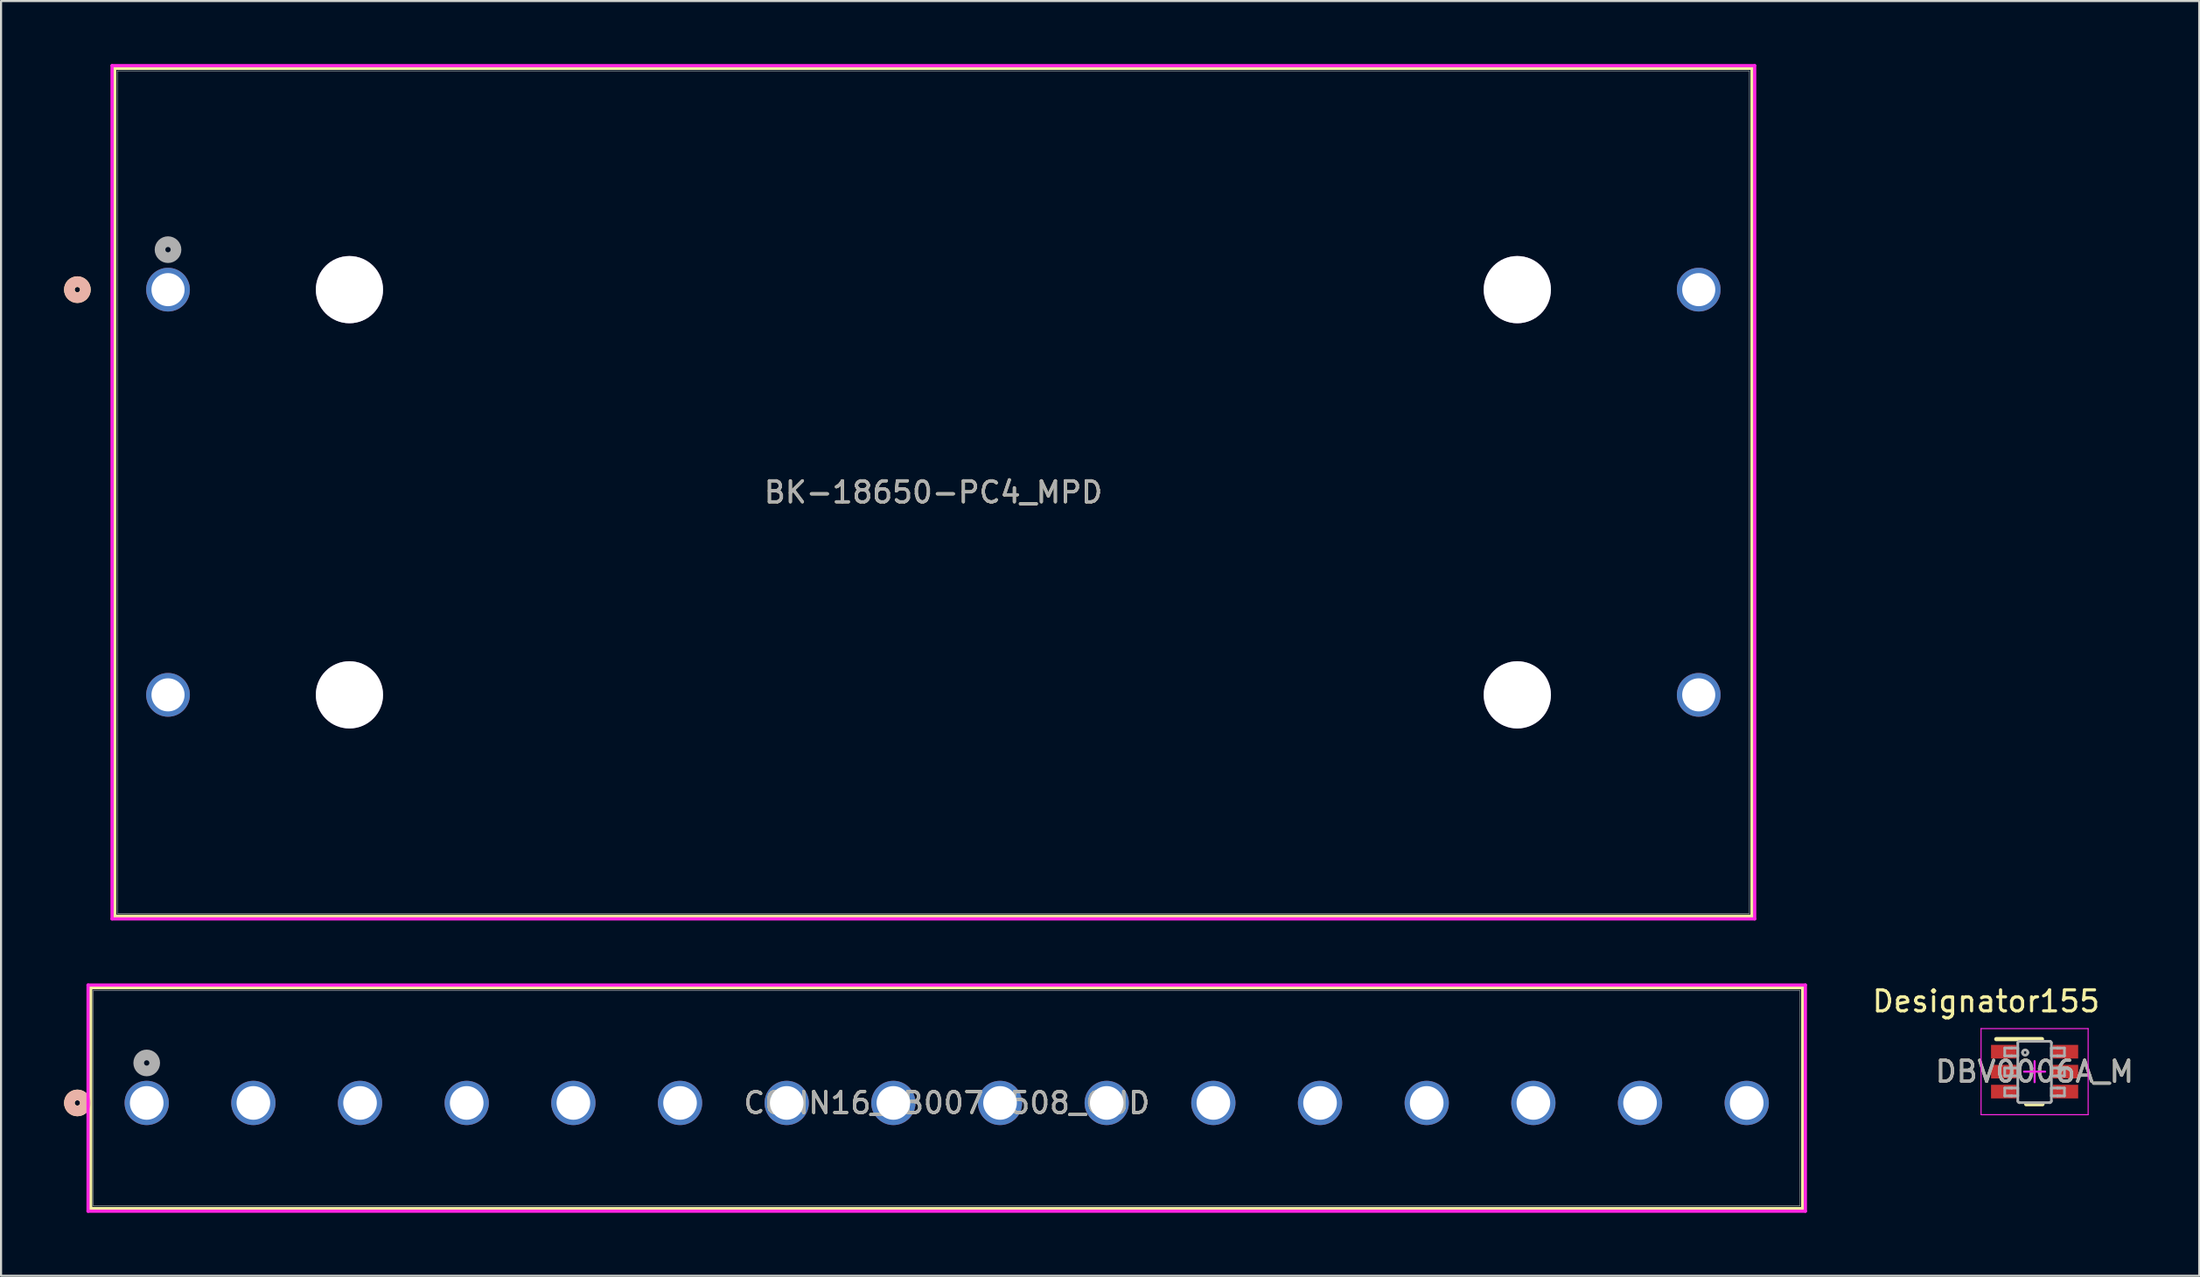
<source format=kicad_pcb>
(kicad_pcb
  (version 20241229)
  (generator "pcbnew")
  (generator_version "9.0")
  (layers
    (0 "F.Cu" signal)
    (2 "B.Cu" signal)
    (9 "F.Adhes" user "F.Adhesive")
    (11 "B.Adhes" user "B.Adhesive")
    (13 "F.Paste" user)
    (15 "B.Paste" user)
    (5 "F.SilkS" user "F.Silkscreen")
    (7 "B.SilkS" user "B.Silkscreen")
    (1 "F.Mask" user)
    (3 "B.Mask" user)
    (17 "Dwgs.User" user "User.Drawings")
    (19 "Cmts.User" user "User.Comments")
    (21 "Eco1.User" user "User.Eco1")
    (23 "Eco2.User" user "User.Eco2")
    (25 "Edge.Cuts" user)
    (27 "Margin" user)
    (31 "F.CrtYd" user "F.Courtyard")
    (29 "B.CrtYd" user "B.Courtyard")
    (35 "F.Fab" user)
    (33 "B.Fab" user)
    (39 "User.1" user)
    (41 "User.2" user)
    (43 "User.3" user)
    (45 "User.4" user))
  (footprint "DBV0006A_M"
    (layer "F.Cu")
    (at 93.848 47.993)
    (property "Reference" "DBV0006A_M" (at 0 0 0) (unlocked yes) (layer "F.SilkS") (effects (font (size 1 1) (thickness 0.15))))
    (attr smd)
    (fp_line (start -1.825 -1.55) (end 0.35 -1.55) (stroke (width 0.2) (type solid)) (layer "F.SilkS"))
    (fp_line (start -0.4 1.55) (end 0.375 1.55) (stroke (width 0.2) (type solid)) (layer "F.SilkS"))
    (fp_line (start -2.55 -2.05) (end 2.55 -2.05) (stroke (width 0.05) (type solid)) (layer "F.CrtYd"))
    (fp_line (start -2.55 2.05) (end -2.55 -2.05) (stroke (width 0.05) (type solid)) (layer "F.CrtYd"))
    (fp_line (start -2.55 2.05) (end 2.55 2.05) (stroke (width 0.05) (type solid)) (layer "F.CrtYd"))
    (fp_line (start -0.5 0) (end 0.5 0) (stroke (width 0.1) (type solid)) (layer "F.CrtYd"))
    (fp_line (start 0 0.5) (end 0 -0.5) (stroke (width 0.1) (type solid)) (layer "F.CrtYd"))
    (fp_line (start 2.55 2.05) (end 2.55 -2.05) (stroke (width 0.05) (type solid)) (layer "F.CrtYd"))
    (fp_line (start -1.423 -1.125) (end -1.206 -1.125) (stroke (width 0.127) (type solid)) (layer "F.Fab"))
    (fp_line (start -1.423 -0.751) (end -1.423 -1.125) (stroke (width 0.127) (type solid)) (layer "F.Fab"))
    (fp_line (start -1.423 -0.751) (end -1.206 -0.751) (stroke (width 0.127) (type solid)) (layer "F.Fab"))
    (fp_line (start -1.423 -0.173) (end -1.206 -0.173) (stroke (width 0.127) (type solid)) (layer "F.Fab"))
    (fp_line (start -1.423 0.202) (end -1.423 -0.173) (stroke (width 0.127) (type solid)) (layer "F.Fab"))
    (fp_line (start -1.423 0.202) (end -1.206 0.202) (stroke (width 0.127) (type solid)) (layer "F.Fab"))
    (fp_line (start -1.423 0.78) (end -1.206 0.78) (stroke (width 0.127) (type solid)) (layer "F.Fab"))
    (fp_line (start -1.423 1.154) (end -1.423 0.78) (stroke (width 0.127) (type solid)) (layer "F.Fab"))
    (fp_line (start -1.423 1.154) (end -1.206 1.154) (stroke (width 0.127) (type solid)) (layer "F.Fab"))
    (fp_line (start -1.206 -1.125) (end -1.113 -1.125) (stroke (width 0.127) (type solid)) (layer "F.Fab"))
    (fp_line (start -1.206 -0.751) (end -1.113 -0.751) (stroke (width 0.127) (type solid)) (layer "F.Fab"))
    (fp_line (start -1.206 -0.173) (end -1.113 -0.173) (stroke (width 0.127) (type solid)) (layer "F.Fab"))
    (fp_line (start -1.206 0.202) (end -1.113 0.202) (stroke (width 0.127) (type solid)) (layer "F.Fab"))
    (fp_line (start -1.206 0.78) (end -1.113 0.78) (stroke (width 0.127) (type solid)) (layer "F.Fab"))
    (fp_line (start -1.206 1.154) (end -1.113 1.154) (stroke (width 0.127) (type solid)) (layer "F.Fab"))
    (fp_line (start -1.113 -1.125) (end -1.081 -1.125) (stroke (width 0.127) (type solid)) (layer "F.Fab"))
    (fp_line (start -1.113 -0.751) (end -1.081 -0.751) (stroke (width 0.127) (type solid)) (layer "F.Fab"))
    (fp_line (start -1.113 -0.173) (end -1.081 -0.173) (stroke (width 0.127) (type solid)) (layer "F.Fab"))
    (fp_line (start -1.113 0.202) (end -1.081 0.202) (stroke (width 0.127) (type solid)) (layer "F.Fab"))
    (fp_line (start -1.113 0.78) (end -1.081 0.78) (stroke (width 0.127) (type solid)) (layer "F.Fab"))
    (fp_line (start -1.113 1.154) (end -1.081 1.154) (stroke (width 0.127) (type solid)) (layer "F.Fab"))
    (fp_line (start -1.081 -1.125) (end -0.828 -1.125) (stroke (width 0.127) (type solid)) (layer "F.Fab"))
    (fp_line (start -1.081 -0.751) (end -0.828 -0.751) (stroke (width 0.127) (type solid)) (layer "F.Fab"))
    (fp_line (start -1.081 -0.173) (end -0.828 -0.173) (stroke (width 0.127) (type solid)) (layer "F.Fab"))
    (fp_line (start -1.081 0.202) (end -0.828 0.202) (stroke (width 0.127) (type solid)) (layer "F.Fab"))
    (fp_line (start -1.081 0.78) (end -0.828 0.78) (stroke (width 0.127) (type solid)) (layer "F.Fab"))
    (fp_line (start -1.081 1.154) (end -0.828 1.154) (stroke (width 0.127) (type solid)) (layer "F.Fab"))
    (fp_line (start -0.828 -1.125) (end -0.801 -1.125) (stroke (width 0.127) (type solid)) (layer "F.Fab"))
    (fp_line (start -0.828 -0.751) (end -0.801 -0.751) (stroke (width 0.127) (type solid)) (layer "F.Fab"))
    (fp_line (start -0.828 -0.173) (end -0.801 -0.173) (stroke (width 0.127) (type solid)) (layer "F.Fab"))
    (fp_line (start -0.828 0.202) (end -0.801 0.202) (stroke (width 0.127) (type solid)) (layer "F.Fab"))
    (fp_line (start -0.828 0.78) (end -0.801 0.78) (stroke (width 0.127) (type solid)) (layer "F.Fab"))
    (fp_line (start -0.828 1.154) (end -0.801 1.154) (stroke (width 0.127) (type solid)) (layer "F.Fab"))
    (fp_line (start -0.801 -0.751) (end -0.801 -1.125) (stroke (width 0.127) (type solid)) (layer "F.Fab"))
    (fp_line (start -0.801 0.202) (end -0.801 -0.173) (stroke (width 0.127) (type solid)) (layer "F.Fab"))
    (fp_line (start -0.801 1.154) (end -0.801 0.78) (stroke (width 0.127) (type solid)) (layer "F.Fab"))
    (fp_line (start -0.801 1.399) (end -0.801 -1.37) (stroke (width 0.127) (type solid)) (layer "F.Fab"))
    (fp_line (start -0.725 -1.446) (end -0.724 -1.446) (stroke (width 0.127) (type solid)) (layer "F.Fab"))
    (fp_line (start -0.725 1.475) (end -0.724 1.475) (stroke (width 0.127) (type solid)) (layer "F.Fab"))
    (fp_line (start -0.724 -1.446) (end 0.723 -1.446) (stroke (width 0.127) (type solid)) (layer "F.Fab"))
    (fp_line (start -0.724 1.475) (end 0.723 1.475) (stroke (width 0.127) (type solid)) (layer "F.Fab"))
    (fp_line (start 0.723 -1.446) (end 0.724 -1.446) (stroke (width 0.127) (type solid)) (layer "F.Fab"))
    (fp_line (start 0.723 1.475) (end 0.724 1.475) (stroke (width 0.127) (type solid)) (layer "F.Fab"))
    (fp_line (start 0.8 -1.125) (end 0.827 -1.125) (stroke (width 0.127) (type solid)) (layer "F.Fab"))
    (fp_line (start 0.8 -0.751) (end 0.8 -1.125) (stroke (width 0.127) (type solid)) (layer "F.Fab"))
    (fp_line (start 0.8 -0.751) (end 0.827 -0.751) (stroke (width 0.127) (type solid)) (layer "F.Fab"))
    (fp_line (start 0.8 -0.173) (end 0.827 -0.173) (stroke (width 0.127) (type solid)) (layer "F.Fab"))
    (fp_line (start 0.8 0.202) (end 0.8 -0.173) (stroke (width 0.127) (type solid)) (layer "F.Fab"))
    (fp_line (start 0.8 0.202) (end 0.827 0.202) (stroke (width 0.127) (type solid)) (layer "F.Fab"))
    (fp_line (start 0.8 0.78) (end 0.827 0.78) (stroke (width 0.127) (type solid)) (layer "F.Fab"))
    (fp_line (start 0.8 1.154) (end 0.8 0.78) (stroke (width 0.127) (type solid)) (layer "F.Fab"))
    (fp_line (start 0.8 1.154) (end 0.827 1.154) (stroke (width 0.127) (type solid)) (layer "F.Fab"))
    (fp_line (start 0.8 1.399) (end 0.8 -1.37) (stroke (width 0.127) (type solid)) (layer "F.Fab"))
    (fp_line (start 0.827 -1.125) (end 1.08 -1.125) (stroke (width 0.127) (type solid)) (layer "F.Fab"))
    (fp_line (start 0.827 -0.751) (end 1.08 -0.751) (stroke (width 0.127) (type solid)) (layer "F.Fab"))
    (fp_line (start 0.827 -0.173) (end 1.08 -0.173) (stroke (width 0.127) (type solid)) (layer "F.Fab"))
    (fp_line (start 0.827 0.202) (end 1.08 0.202) (stroke (width 0.127) (type solid)) (layer "F.Fab"))
    (fp_line (start 0.827 0.78) (end 1.08 0.78) (stroke (width 0.127) (type solid)) (layer "F.Fab"))
    (fp_line (start 0.827 1.154) (end 1.08 1.154) (stroke (width 0.127) (type solid)) (layer "F.Fab"))
    (fp_line (start 1.08 -1.125) (end 1.112 -1.125) (stroke (width 0.127) (type solid)) (layer "F.Fab"))
    (fp_line (start 1.08 -0.751) (end 1.112 -0.751) (stroke (width 0.127) (type solid)) (layer "F.Fab"))
    (fp_line (start 1.08 -0.173) (end 1.112 -0.173) (stroke (width 0.127) (type solid)) (layer "F.Fab"))
    (fp_line (start 1.08 0.202) (end 1.112 0.202) (stroke (width 0.127) (type solid)) (layer "F.Fab"))
    (fp_line (start 1.08 0.78) (end 1.112 0.78) (stroke (width 0.127) (type solid)) (layer "F.Fab"))
    (fp_line (start 1.08 1.154) (end 1.112 1.154) (stroke (width 0.127) (type solid)) (layer "F.Fab"))
    (fp_line (start 1.112 -1.125) (end 1.205 -1.125) (stroke (width 0.127) (type solid)) (layer "F.Fab"))
    (fp_line (start 1.112 -0.751) (end 1.205 -0.751) (stroke (width 0.127) (type solid)) (layer "F.Fab"))
    (fp_line (start 1.112 -0.173) (end 1.205 -0.173) (stroke (width 0.127) (type solid)) (layer "F.Fab"))
    (fp_line (start 1.112 0.202) (end 1.205 0.202) (stroke (width 0.127) (type solid)) (layer "F.Fab"))
    (fp_line (start 1.112 0.78) (end 1.205 0.78) (stroke (width 0.127) (type solid)) (layer "F.Fab"))
    (fp_line (start 1.112 1.154) (end 1.205 1.154) (stroke (width 0.127) (type solid)) (layer "F.Fab"))
    (fp_line (start 1.205 -1.125) (end 1.422 -1.125) (stroke (width 0.127) (type solid)) (layer "F.Fab"))
    (fp_line (start 1.205 -0.751) (end 1.422 -0.751) (stroke (width 0.127) (type solid)) (layer "F.Fab"))
    (fp_line (start 1.205 -0.173) (end 1.422 -0.173) (stroke (width 0.127) (type solid)) (layer "F.Fab"))
    (fp_line (start 1.205 0.202) (end 1.422 0.202) (stroke (width 0.127) (type solid)) (layer "F.Fab"))
    (fp_line (start 1.205 0.78) (end 1.422 0.78) (stroke (width 0.127) (type solid)) (layer "F.Fab"))
    (fp_line (start 1.205 1.154) (end 1.422 1.154) (stroke (width 0.127) (type solid)) (layer "F.Fab"))
    (fp_line (start 1.422 -0.751) (end 1.422 -1.125) (stroke (width 0.127) (type solid)) (layer "F.Fab"))
    (fp_line (start 1.422 0.202) (end 1.422 -0.173) (stroke (width 0.127) (type solid)) (layer "F.Fab"))
    (fp_line (start 1.422 1.154) (end 1.422 0.78) (stroke (width 0.127) (type solid)) (layer "F.Fab"))
    (fp_arc (start -0.800692 -1.369901) (mid -0.778512 -1.423533) (end -0.724999 -1.446) (stroke (width 0.127) (type solid)) (layer "F.Fab"))
    (fp_arc (start -0.724999 1.475002) (mid -0.778507 1.452548) (end -0.800692 1.398928) (stroke (width 0.127) (type solid)) (layer "F.Fab"))
    (fp_arc (start -0.576537 -0.906071) (mid -0.449562 -1.033046) (end -0.322588 -0.906071) (stroke (width 0.127) (type solid)) (layer "F.Fab"))
    (fp_arc (start -0.322588 -0.906071) (mid -0.449562 -0.779097) (end -0.576537 -0.906071) (stroke (width 0.127) (type solid)) (layer "F.Fab"))
    (fp_arc (start 0.723841 -1.446) (mid 0.777341 -1.423528) (end 0.799508 -1.369901) (stroke (width 0.127) (type solid)) (layer "F.Fab"))
    (fp_arc (start 0.799508 1.398928) (mid 0.777336 1.452543) (end 0.723841 1.475002) (stroke (width 0.127) (type solid)) (layer "F.Fab"))
    (fp_text user "Designator155" (at -2.311 -3.353 0) (unlocked yes) (layer "F.SilkS") (effects (font (size 1 1) (thickness 0.15))))
    (fp_text user "${REFERENCE}" (at 0 0 0) (unlocked yes) (layer "F.Fab") (effects (font (size 1 1) (thickness 0.15))))
    (pad "1" smd rect (at -1.475 -0.95 90) (size 0.65 1.2) (layers "F.Cu" "F.Mask" "F.Paste"))
    (pad "2" smd rect (at -1.475 0 90) (size 0.65 1.2) (layers "F.Cu" "F.Mask" "F.Paste"))
    (pad "3" smd rect (at -1.475 0.95 90) (size 0.65 1.2) (layers "F.Cu" "F.Mask" "F.Paste"))
    (pad "4" smd rect (at 1.475 0.95 90) (size 0.65 1.2) (layers "F.Cu" "F.Mask" "F.Paste"))
    (pad "5" smd rect (at 1.475 0 90) (size 0.65 1.2) (layers "F.Cu" "F.Mask" "F.Paste"))
    (pad "6" smd rect (at 1.475 -0.95 90) (size 0.65 1.2) (layers "F.Cu" "F.Mask" "F.Paste")))
  (footprint "CONN16_TB007-508_CUD"
    (layer "F.Cu")
    (at 3.937 49.483)
    (property "Reference" "CONN16_TB007-508_CUD" (at 38.1 0 0) (unlocked yes) (layer "F.SilkS") (effects (font (size 1 1) (thickness 0.15))))
    (attr through_hole)
    (fp_line (start -2.667 -5.487) (end -2.667 5.029) (stroke (width 0.152) (type solid)) (layer "F.SilkS"))
    (fp_line (start -2.667 5.029) (end 78.867 5.029) (stroke (width 0.152) (type solid)) (layer "F.SilkS"))
    (fp_line (start 78.867 -5.487) (end -2.667 -5.487) (stroke (width 0.152) (type solid)) (layer "F.SilkS"))
    (fp_line (start 78.867 5.029) (end 78.867 -5.487) (stroke (width 0.152) (type solid)) (layer "F.SilkS"))
    (fp_circle (center -3.302 0) (end -2.921 0) (stroke (width 0.508) (type solid)) (fill no) (layer "F.SilkS"))
    (fp_circle (center -3.302 0) (end -2.921 0) (stroke (width 0.508) (type solid)) (fill no) (layer "B.SilkS"))
    (fp_line (start -2.794 -5.614) (end -2.794 5.156) (stroke (width 0.152) (type solid)) (layer "F.CrtYd"))
    (fp_line (start -2.794 5.156) (end 78.994 5.156) (stroke (width 0.152) (type solid)) (layer "F.CrtYd"))
    (fp_line (start 78.994 -5.614) (end -2.794 -5.614) (stroke (width 0.152) (type solid)) (layer "F.CrtYd"))
    (fp_line (start 78.994 5.156) (end 78.994 -5.614) (stroke (width 0.152) (type solid)) (layer "F.CrtYd"))
    (fp_line (start -2.54 -5.36) (end -2.54 4.902) (stroke (width 0.025) (type solid)) (layer "F.Fab"))
    (fp_line (start -2.54 4.902) (end 78.74 4.902) (stroke (width 0.025) (type solid)) (layer "F.Fab"))
    (fp_line (start 78.74 -5.36) (end -2.54 -5.36) (stroke (width 0.025) (type solid)) (layer "F.Fab"))
    (fp_line (start 78.74 4.902) (end 78.74 -5.36) (stroke (width 0.025) (type solid)) (layer "F.Fab"))
    (fp_circle (center 0 -1.905) (end 0.381 -1.905) (stroke (width 0.508) (type solid)) (fill no) (layer "F.Fab"))
    (fp_text user "${REFERENCE}" (at 38.1 0 0) (unlocked yes) (layer "F.Fab") (effects (font (size 1 1) (thickness 0.15))))
    (pad "1" thru_hole circle (at 0 0) (size 2.108 2.108) (drill 1.6) (layers "*.Cu" "*.Mask"))
    (pad "2" thru_hole circle (at 5.08 0) (size 2.108 2.108) (drill 1.6) (layers "*.Cu" "*.Mask"))
    (pad "3" thru_hole circle (at 10.16 0) (size 2.108 2.108) (drill 1.6) (layers "*.Cu" "*.Mask"))
    (pad "4" thru_hole circle (at 15.24 0) (size 2.108 2.108) (drill 1.6) (layers "*.Cu" "*.Mask"))
    (pad "5" thru_hole circle (at 20.32 0) (size 2.108 2.108) (drill 1.6) (layers "*.Cu" "*.Mask"))
    (pad "6" thru_hole circle (at 25.4 0) (size 2.108 2.108) (drill 1.6) (layers "*.Cu" "*.Mask"))
    (pad "7" thru_hole circle (at 30.48 0) (size 2.108 2.108) (drill 1.6) (layers "*.Cu" "*.Mask"))
    (pad "8" thru_hole circle (at 35.56 0) (size 2.108 2.108) (drill 1.6) (layers "*.Cu" "*.Mask"))
    (pad "9" thru_hole circle (at 40.64 0) (size 2.108 2.108) (drill 1.6) (layers "*.Cu" "*.Mask"))
    (pad "10" thru_hole circle (at 45.72 0) (size 2.108 2.108) (drill 1.6) (layers "*.Cu" "*.Mask"))
    (pad "11" thru_hole circle (at 50.8 0) (size 2.108 2.108) (drill 1.6) (layers "*.Cu" "*.Mask"))
    (pad "12" thru_hole circle (at 55.88 0) (size 2.108 2.108) (drill 1.6) (layers "*.Cu" "*.Mask"))
    (pad "13" thru_hole circle (at 60.96 0) (size 2.108 2.108) (drill 1.6) (layers "*.Cu" "*.Mask"))
    (pad "14" thru_hole circle (at 66.04 0) (size 2.108 2.108) (drill 1.6) (layers "*.Cu" "*.Mask"))
    (pad "15" thru_hole circle (at 71.12 0) (size 2.108 2.108) (drill 1.6) (layers "*.Cu" "*.Mask"))
    (pad "16" thru_hole circle (at 76.2 0) (size 2.108 2.108) (drill 1.6) (layers "*.Cu" "*.Mask")))
  (footprint "BK-18650-PC4_MPD"
    (layer "F.Cu")
    (at 4.952 10.746)
    (property "Reference" "BK-18650-PC4_MPD" (at 36.45 9.65 0) (unlocked yes) (layer "F.SilkS") (effects (font (size 1 1) (thickness 0.15))))
    (attr through_hole)
    (fp_line (start -2.539 -10.543) (end -2.539 29.843) (stroke (width 0.152) (type solid)) (layer "F.SilkS"))
    (fp_line (start -2.539 29.843) (end 75.439 29.843) (stroke (width 0.152) (type solid)) (layer "F.SilkS"))
    (fp_line (start 75.439 -10.543) (end -2.539 -10.543) (stroke (width 0.152) (type solid)) (layer "F.SilkS"))
    (fp_line (start 75.439 29.843) (end 75.439 -10.543) (stroke (width 0.152) (type solid)) (layer "F.SilkS"))
    (fp_circle (center -4.317 0) (end -3.936 0) (stroke (width 0.508) (type solid)) (fill no) (layer "F.SilkS"))
    (fp_circle (center -4.317 0) (end -3.936 0) (stroke (width 0.508) (type solid)) (fill no) (layer "B.SilkS"))
    (fp_line (start -2.666 -10.67) (end -2.666 29.97) (stroke (width 0.152) (type solid)) (layer "F.CrtYd"))
    (fp_line (start -2.666 29.97) (end 75.566 29.97) (stroke (width 0.152) (type solid)) (layer "F.CrtYd"))
    (fp_line (start 75.566 -10.67) (end -2.666 -10.67) (stroke (width 0.152) (type solid)) (layer "F.CrtYd"))
    (fp_line (start 75.566 29.97) (end 75.566 -10.67) (stroke (width 0.152) (type solid)) (layer "F.CrtYd"))
    (fp_line (start -2.412 -10.416) (end -2.412 29.716) (stroke (width 0.025) (type solid)) (layer "F.Fab"))
    (fp_line (start -2.412 29.716) (end 75.312 29.716) (stroke (width 0.025) (type solid)) (layer "F.Fab"))
    (fp_line (start 75.312 -10.416) (end -2.412 -10.416) (stroke (width 0.025) (type solid)) (layer "F.Fab"))
    (fp_line (start 75.312 29.716) (end 75.312 -10.416) (stroke (width 0.025) (type solid)) (layer "F.Fab"))
    (fp_circle (center 0 -1.905) (end 0.381 -1.905) (stroke (width 0.508) (type solid)) (fill no) (layer "F.Fab"))
    (fp_text user "${REFERENCE}" (at 36.45 9.65 0) (unlocked yes) (layer "F.Fab") (effects (font (size 1 1) (thickness 0.15))))
    (pad "1" thru_hole circle (at 0.000011 0) (size 2.083 2.083) (drill 1.575) (layers "*.Cu" "*.Mask"))
    (pad "2" thru_hole circle (at 0.000011 19.3) (size 2.083 2.083) (drill 1.575) (layers "*.Cu" "*.Mask"))
    (pad "3" thru_hole circle (at 72.9 19.3) (size 2.083 2.083) (drill 1.575) (layers "*.Cu" "*.Mask"))
    (pad "4" thru_hole circle (at 72.9 0) (size 2.083 2.083) (drill 1.575) (layers "*.Cu" "*.Mask"))
    (pad "5" thru_hole circle (at 8.64 19.3) (size 3.2 3.2) (drill 3.2) (layers "*.Cu" "*.Mask"))
    (pad "6" thru_hole circle (at 64.26 19.3) (size 3.2 3.2) (drill 3.2) (layers "*.Cu" "*.Mask"))
    (pad "7" thru_hole circle (at 8.64 0) (size 3.2 3.2) (drill 3.2) (layers "*.Cu" "*.Mask"))
    (pad "8" thru_hole circle (at 64.26 0) (size 3.2 3.2) (drill 3.2) (layers "*.Cu" "*.Mask")))
  (gr_rect
    (start -3 -3)
    (end 101.688 57.714)
    (stroke (width 0.1) (type default))
    (fill no)
    (layer "Edge.Cuts")))
</source>
